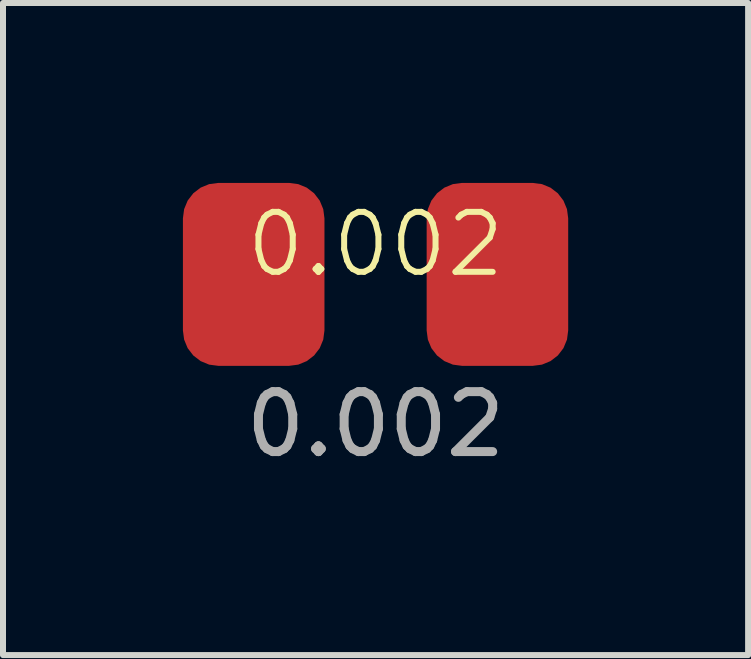
<source format=kicad_pcb>
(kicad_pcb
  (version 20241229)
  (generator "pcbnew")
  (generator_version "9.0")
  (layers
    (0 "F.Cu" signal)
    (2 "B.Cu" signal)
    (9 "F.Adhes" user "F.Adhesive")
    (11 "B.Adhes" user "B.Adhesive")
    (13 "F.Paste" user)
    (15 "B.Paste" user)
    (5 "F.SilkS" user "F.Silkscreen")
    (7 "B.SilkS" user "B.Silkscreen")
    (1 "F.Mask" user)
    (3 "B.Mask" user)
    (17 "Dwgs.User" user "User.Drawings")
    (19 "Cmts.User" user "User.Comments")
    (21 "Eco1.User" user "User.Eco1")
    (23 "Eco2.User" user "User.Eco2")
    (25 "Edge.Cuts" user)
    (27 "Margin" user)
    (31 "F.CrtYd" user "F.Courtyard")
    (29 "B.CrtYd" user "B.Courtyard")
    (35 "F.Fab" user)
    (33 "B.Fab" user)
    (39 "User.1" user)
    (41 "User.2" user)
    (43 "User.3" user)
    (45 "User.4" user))
  (footprint "0.002"
    (layer "F.Cu")
    (at 3.212 1.525)
    (property "Reference" "0.002" (at 0 -0.5 0) (unlocked yes) (layer "F.SilkS") (effects (font (size 1 1) (thickness 0.1))))
    (attr smd)
    (fp_text user "${REFERENCE}" (at 0 2.5 0) (unlocked yes) (layer "F.Fab") (effects (font (size 1 1) (thickness 0.15))))
    (pad "1" smd roundrect (at -2.032 0) (size 2.36 3.05) (layers "F.Cu" "F.Mask" "F.Paste") (roundrect_rratio 0.25))
    (pad "2" smd roundrect (at 2.032 0) (size 2.36 3.05) (layers "F.Cu" "F.Mask" "F.Paste") (roundrect_rratio 0.25)))
  (gr_rect
    (start -3 -3)
    (end 9.424 7.873)
    (stroke (width 0.1) (type default))
    (fill no)
    (layer "Edge.Cuts")))
</source>
